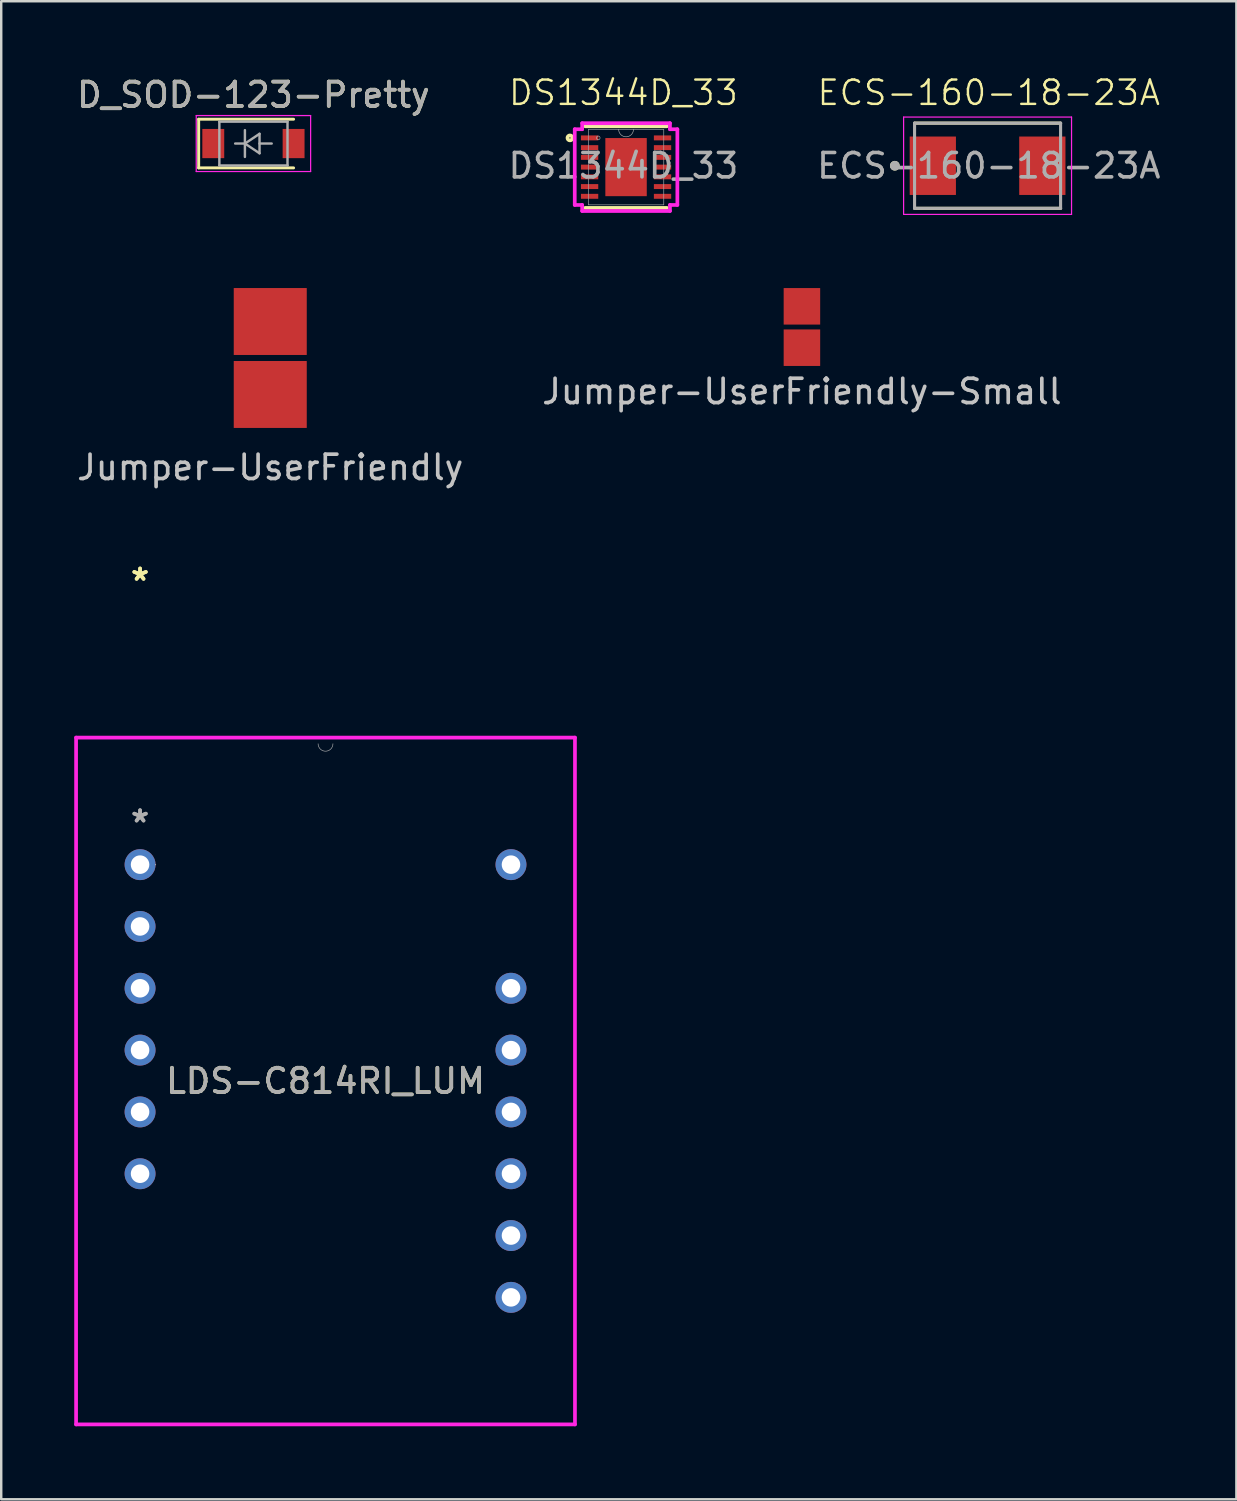
<source format=kicad_pcb>
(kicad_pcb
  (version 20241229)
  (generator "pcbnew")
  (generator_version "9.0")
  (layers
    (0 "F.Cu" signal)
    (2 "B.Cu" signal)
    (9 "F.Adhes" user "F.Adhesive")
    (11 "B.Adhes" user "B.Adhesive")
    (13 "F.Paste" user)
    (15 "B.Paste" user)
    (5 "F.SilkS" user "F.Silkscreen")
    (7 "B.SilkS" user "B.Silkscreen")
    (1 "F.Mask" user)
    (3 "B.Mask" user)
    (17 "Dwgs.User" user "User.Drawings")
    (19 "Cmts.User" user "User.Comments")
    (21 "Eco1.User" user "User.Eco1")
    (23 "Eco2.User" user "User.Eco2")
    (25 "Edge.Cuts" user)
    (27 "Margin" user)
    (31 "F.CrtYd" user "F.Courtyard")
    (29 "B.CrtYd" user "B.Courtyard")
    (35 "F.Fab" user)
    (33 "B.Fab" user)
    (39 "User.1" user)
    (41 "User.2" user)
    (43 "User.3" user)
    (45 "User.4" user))
  (footprint "LDS-C814RI_LUM"
    (layer "F.Cu")
    (at 2.705 32.476)
    (property "Reference" "LDS-C814RI_LUM" (at 7.62 8.89 0) (unlocked yes) (layer "F.SilkS") (effects (font (size 1 1) (thickness 0.15))))
    (attr through_hole)
    (fp_line (start -2.629 -5.22) (end 17.869 -5.22) (stroke (width 0.152) (type solid)) (layer "F.CrtYd"))
    (fp_line (start -2.629 23) (end -2.629 -5.22) (stroke (width 0.152) (type solid)) (layer "F.CrtYd"))
    (fp_line (start 17.869 -5.22) (end 17.869 23) (stroke (width 0.152) (type solid)) (layer "F.CrtYd"))
    (fp_line (start 17.869 23) (end -2.629 23) (stroke (width 0.152) (type solid)) (layer "F.CrtYd"))
    (fp_arc (start 7.9248 -4.9657) (mid 7.62 -4.6609) (end 7.3152 -4.9657) (stroke (width 0.0254) (type solid)) (layer "F.Fab"))
    (fp_circle (center 0.635 0) (end 0.635 0) (stroke (width 0.025) (type solid)) (fill no) (layer "F.Fab"))
    (fp_text user "*" (at 0 -11.625 0) (layer "F.SilkS") (effects (font (size 1 1) (thickness 0.15))))
    (fp_text user "*" (at 0 -11.625 0) (unlocked yes) (layer "F.SilkS") (effects (font (size 1 1) (thickness 0.15))))
    (fp_text user "*" (at 0 -1.693 0) (unlocked yes) (layer "F.Fab") (effects (font (size 1 1) (thickness 0.15))))
    (fp_text user "*" (at 0 -1.693 0) (layer "F.Fab") (effects (font (size 1 1) (thickness 0.15))))
    (fp_text user "${REFERENCE}" (at 7.62 8.89 0) (unlocked yes) (layer "F.Fab") (effects (font (size 1 1) (thickness 0.15))))
    (pad "1" thru_hole circle (at 0 0) (size 1.27 1.27) (drill 0.762) (layers "*.Cu" "*.Mask"))
    (pad "2" thru_hole circle (at 0 2.54) (size 1.27 1.27) (drill 0.762) (layers "*.Cu" "*.Mask"))
    (pad "3" thru_hole circle (at 0 5.08) (size 1.27 1.27) (drill 0.762) (layers "*.Cu" "*.Mask"))
    (pad "4" thru_hole circle (at 0 7.62) (size 1.27 1.27) (drill 0.762) (layers "*.Cu" "*.Mask"))
    (pad "5" thru_hole circle (at 0 10.16) (size 1.27 1.27) (drill 0.762) (layers "*.Cu" "*.Mask"))
    (pad "6" thru_hole circle (at 0 12.7) (size 1.27 1.27) (drill 0.762) (layers "*.Cu" "*.Mask"))
    (pad "9" thru_hole circle (at 15.24 17.78) (size 1.27 1.27) (drill 0.762) (layers "*.Cu" "*.Mask"))
    (pad "10" thru_hole circle (at 15.24 15.24) (size 1.27 1.27) (drill 0.762) (layers "*.Cu" "*.Mask"))
    (pad "11" thru_hole circle (at 15.24 12.7) (size 1.27 1.27) (drill 0.762) (layers "*.Cu" "*.Mask"))
    (pad "12" thru_hole circle (at 15.24 10.16) (size 1.27 1.27) (drill 0.762) (layers "*.Cu" "*.Mask"))
    (pad "13" thru_hole circle (at 15.24 7.62) (size 1.27 1.27) (drill 0.762) (layers "*.Cu" "*.Mask"))
    (pad "14" thru_hole circle (at 15.24 5.08) (size 1.27 1.27) (drill 0.762) (layers "*.Cu" "*.Mask"))
    (pad "16" thru_hole circle (at 15.24 0) (size 1.27 1.27) (drill 0.762) (layers "*.Cu" "*.Mask")))
  (footprint "Jumper-UserFriendly-Small"
    (layer "F.Cu")
    (at 29.899 10.386)
    (property "Reference" "Jumper-UserFriendly-Small" (at 0 2.65 0) (layer "Dwgs.User") (effects (font (size 1 1) (thickness 0.15))))
    (attr exclude_from_pos_files exclude_from_bom)
    (pad "1" smd rect (at 0 -0.85) (size 1.5 1.5) (layers "F.Cu" "F.Mask"))
    (pad "2" smd rect (at 0 0.85) (size 1.5 1.5) (layers "F.Cu" "F.Mask")))
  (footprint "Jumper-UserFriendly"
    (layer "F.Cu")
    (at 8.054 11.659)
    (property "Reference" "Jumper-UserFriendly" (at 0 4.496 0) (layer "Dwgs.User") (effects (font (size 1 1) (thickness 0.15))))
    (attr exclude_from_pos_files exclude_from_bom)
    (pad "1" smd rect (at 0 -1.499) (size 3 2.75) (layers "F.Cu" "F.Mask"))
    (pad "2" smd rect (at 0 1.499) (size 3 2.75) (layers "F.Cu" "F.Mask")))
  (footprint "ECS-160-18-23A"
    (layer "F.Cu")
    (at 37.577 1.26)
    (property "Reference" "ECS-160-18-23A" (at 0 -0.5 0) (unlocked yes) (layer "F.SilkS") (effects (font (size 1 1) (thickness 0.1))))
    (attr smd)
    (fp_line (start -3.05 0.75) (end 2.95 0.75) (stroke (width 0.127) (type solid)) (layer "F.SilkS"))
    (fp_line (start -3.05 4.25) (end 2.95 4.25) (stroke (width 0.127) (type solid)) (layer "F.SilkS"))
    (fp_circle (center -3.86 2.5) (end -3.76 2.5) (stroke (width 0.2) (type solid)) (fill no) (layer "F.SilkS"))
    (fp_line (start -3.5 0.5) (end 3.4 0.5) (stroke (width 0.05) (type solid)) (layer "F.CrtYd"))
    (fp_line (start -3.5 4.5) (end -3.5 0.5) (stroke (width 0.05) (type solid)) (layer "F.CrtYd"))
    (fp_line (start 3.4 0.5) (end 3.4 4.5) (stroke (width 0.05) (type solid)) (layer "F.CrtYd"))
    (fp_line (start 3.4 4.5) (end -3.5 4.5) (stroke (width 0.05) (type solid)) (layer "F.CrtYd"))
    (fp_line (start -3.05 0.75) (end -3.05 4.25) (stroke (width 0.127) (type solid)) (layer "F.Fab"))
    (fp_line (start -3.05 0.75) (end 2.95 0.75) (stroke (width 0.127) (type solid)) (layer "F.Fab"))
    (fp_line (start -3.05 4.25) (end 2.95 4.25) (stroke (width 0.127) (type solid)) (layer "F.Fab"))
    (fp_line (start 2.95 4.25) (end 2.95 0.75) (stroke (width 0.127) (type solid)) (layer "F.Fab"))
    (fp_circle (center -3.86 2.5) (end -3.76 2.5) (stroke (width 0.2) (type solid)) (fill no) (layer "F.Fab"))
    (fp_text user "${REFERENCE}" (at 0 2.5 0) (unlocked yes) (layer "F.Fab") (effects (font (size 1 1) (thickness 0.15))))
    (pad "1" smd rect (at -2.3 2.5 90) (size 2.4 1.9) (layers "F.Cu" "F.Mask" "F.Paste"))
    (pad "2" smd rect (at 2.2 2.5 90) (size 2.4 1.9) (layers "F.Cu" "F.Mask" "F.Paste")))
  (footprint "D_SOD-123-Pretty"
    (layer "F.Cu")
    (at 7.363 2.848)
    (property "Reference" "D_SOD-123-Pretty" (at 0 -2 0) (layer "F.SilkS") (effects (font (size 1 1) (thickness 0.15))))
    (attr smd)
    (fp_line (start -2.25 -1) (end -2.25 1) (stroke (width 0.12) (type solid)) (layer "F.SilkS"))
    (fp_line (start -2.25 -1) (end 1.65 -1) (stroke (width 0.12) (type solid)) (layer "F.SilkS"))
    (fp_line (start -2.25 1) (end 1.65 1) (stroke (width 0.12) (type solid)) (layer "F.SilkS"))
    (fp_line (start -2.35 -1.15) (end -2.35 1.15) (stroke (width 0.05) (type solid)) (layer "F.CrtYd"))
    (fp_line (start -2.35 -1.15) (end 2.35 -1.15) (stroke (width 0.05) (type solid)) (layer "F.CrtYd"))
    (fp_line (start 2.35 -1.15) (end 2.35 1.15) (stroke (width 0.05) (type solid)) (layer "F.CrtYd"))
    (fp_line (start 2.35 1.15) (end -2.35 1.15) (stroke (width 0.05) (type solid)) (layer "F.CrtYd"))
    (fp_line (start -1.4 -0.9) (end 1.4 -0.9) (stroke (width 0.1) (type solid)) (layer "F.Fab"))
    (fp_line (start -1.4 0.9) (end -1.4 -0.9) (stroke (width 0.1) (type solid)) (layer "F.Fab"))
    (fp_line (start -0.75 0) (end -0.35 0) (stroke (width 0.1) (type solid)) (layer "F.Fab"))
    (fp_line (start -0.35 0) (end -0.35 -0.55) (stroke (width 0.1) (type solid)) (layer "F.Fab"))
    (fp_line (start -0.35 0) (end -0.35 0.55) (stroke (width 0.1) (type solid)) (layer "F.Fab"))
    (fp_line (start -0.35 0) (end 0.25 -0.4) (stroke (width 0.1) (type solid)) (layer "F.Fab"))
    (fp_line (start 0.25 -0.4) (end 0.25 0.4) (stroke (width 0.1) (type solid)) (layer "F.Fab"))
    (fp_line (start 0.25 0) (end 0.75 0) (stroke (width 0.1) (type solid)) (layer "F.Fab"))
    (fp_line (start 0.25 0.4) (end -0.35 0) (stroke (width 0.1) (type solid)) (layer "F.Fab"))
    (fp_line (start 1.4 -0.9) (end 1.4 0.9) (stroke (width 0.1) (type solid)) (layer "F.Fab"))
    (fp_line (start 1.4 0.9) (end -1.4 0.9) (stroke (width 0.1) (type solid)) (layer "F.Fab"))
    (fp_text user "${REFERENCE}" (at 0 -2 0) (layer "F.Fab") (effects (font (size 1 1) (thickness 0.15))))
    (pad "1" smd rect (at -1.65 0) (size 0.9 1.2) (layers "F.Cu" "F.Mask" "F.Paste"))
    (pad "2" smd rect (at 1.65 0) (size 0.9 1.2) (layers "F.Cu" "F.Mask" "F.Paste")))
  (footprint "DS1344D_33"
    (layer "F.Cu")
    (at 22.565 1.26)
    (property "Reference" "DS1344D_33" (at 0 -0.5 0) (unlocked yes) (layer "F.SilkS") (effects (font (size 1 1) (thickness 0.1))))
    (attr smd)
    (fp_line (start -1.568 4.232) (end 1.785 4.232) (stroke (width 0.152) (type solid)) (layer "F.SilkS"))
    (fp_line (start 1.785 0.879) (end -1.568 0.879) (stroke (width 0.152) (type solid)) (layer "F.SilkS"))
    (fp_circle (center -2.197 1.356) (end -2.095 1.356) (stroke (width 0.152) (type solid)) (fill no) (layer "F.SilkS"))
    (fp_line (start -2 1) (end -1.695 1) (stroke (width 0.152) (type solid)) (layer "F.CrtYd"))
    (fp_line (start -2 4.111) (end -2 1) (stroke (width 0.152) (type solid)) (layer "F.CrtYd"))
    (fp_line (start -2 4.111) (end -1.695 4.111) (stroke (width 0.152) (type solid)) (layer "F.CrtYd"))
    (fp_line (start -1.695 0.752) (end 1.912 0.752) (stroke (width 0.152) (type solid)) (layer "F.CrtYd"))
    (fp_line (start -1.695 1) (end -1.695 0.752) (stroke (width 0.152) (type solid)) (layer "F.CrtYd"))
    (fp_line (start -1.695 4.359) (end -1.695 4.111) (stroke (width 0.152) (type solid)) (layer "F.CrtYd"))
    (fp_line (start 1.912 0.752) (end 1.912 1) (stroke (width 0.152) (type solid)) (layer "F.CrtYd"))
    (fp_line (start 1.912 4.111) (end 1.912 4.359) (stroke (width 0.152) (type solid)) (layer "F.CrtYd"))
    (fp_line (start 1.912 4.359) (end -1.695 4.359) (stroke (width 0.152) (type solid)) (layer "F.CrtYd"))
    (fp_line (start 2.216 1) (end 1.912 1) (stroke (width 0.152) (type solid)) (layer "F.CrtYd"))
    (fp_line (start 2.216 1) (end 2.216 4.111) (stroke (width 0.152) (type solid)) (layer "F.CrtYd"))
    (fp_line (start 2.216 4.111) (end 1.912 4.111) (stroke (width 0.152) (type solid)) (layer "F.CrtYd"))
    (fp_line (start -1.441 1.006) (end -1.441 4.105) (stroke (width 0.025) (type solid)) (layer "F.Fab"))
    (fp_line (start -1.441 4.105) (end 1.658 4.105) (stroke (width 0.025) (type solid)) (layer "F.Fab"))
    (fp_line (start 1.658 1.006) (end -1.441 1.006) (stroke (width 0.025) (type solid)) (layer "F.Fab"))
    (fp_line (start 1.658 4.105) (end 1.658 1.006) (stroke (width 0.025) (type solid)) (layer "F.Fab"))
    (fp_arc (start 0.413 1.0062) (mid 0.1082 1.311) (end -0.1966 1.0062) (stroke (width 0.0254) (type solid)) (layer "F.Fab"))
    (fp_circle (center -1.035 1.356) (end -0.959 1.356) (stroke (width 0.025) (type solid)) (fill no) (layer "F.Fab"))
    (fp_text user "${REFERENCE}" (at 0 2.5 0) (unlocked yes) (layer "F.Fab") (effects (font (size 1 1) (thickness 0.15))))
    (pad "1" smd rect (at -1.39 1.356) (size 0.711 0.203) (layers "F.Cu" "F.Mask" "F.Paste"))
    (pad "2" smd rect (at -1.39 1.756) (size 0.711 0.203) (layers "F.Cu" "F.Mask" "F.Paste"))
    (pad "3" smd rect (at -1.39 2.156) (size 0.711 0.203) (layers "F.Cu" "F.Mask" "F.Paste"))
    (pad "4" smd rect (at -1.39 2.556) (size 0.711 0.203) (layers "F.Cu" "F.Mask" "F.Paste"))
    (pad "5" smd rect (at -1.39 2.956) (size 0.711 0.203) (layers "F.Cu" "F.Mask" "F.Paste"))
    (pad "6" smd rect (at -1.39 3.356) (size 0.711 0.203) (layers "F.Cu" "F.Mask" "F.Paste"))
    (pad "7" smd rect (at -1.39 3.756) (size 0.711 0.203) (layers "F.Cu" "F.Mask" "F.Paste"))
    (pad "8" smd rect (at 1.607 3.756) (size 0.711 0.203) (layers "F.Cu" "F.Mask" "F.Paste"))
    (pad "9" smd rect (at 1.607 3.356) (size 0.711 0.203) (layers "F.Cu" "F.Mask" "F.Paste"))
    (pad "10" smd rect (at 1.607 2.956) (size 0.711 0.203) (layers "F.Cu" "F.Mask" "F.Paste"))
    (pad "11" smd rect (at 1.607 2.556) (size 0.711 0.203) (layers "F.Cu" "F.Mask" "F.Paste"))
    (pad "12" smd rect (at 1.607 2.156) (size 0.711 0.203) (layers "F.Cu" "F.Mask" "F.Paste"))
    (pad "13" smd rect (at 1.607 1.756) (size 0.711 0.203) (layers "F.Cu" "F.Mask" "F.Paste"))
    (pad "14" smd rect (at 1.607 1.356) (size 0.711 0.203) (layers "F.Cu" "F.Mask" "F.Paste"))
    (pad "15" smd rect (at 0.108 2.556) (size 1.702 2.388) (layers "F.Cu" "F.Mask" "F.Paste")))
  (gr_rect
    (start -3 -3)
    (end 47.75 58.552)
    (stroke (width 0.1) (type default))
    (fill no)
    (layer "Edge.Cuts")))
</source>
